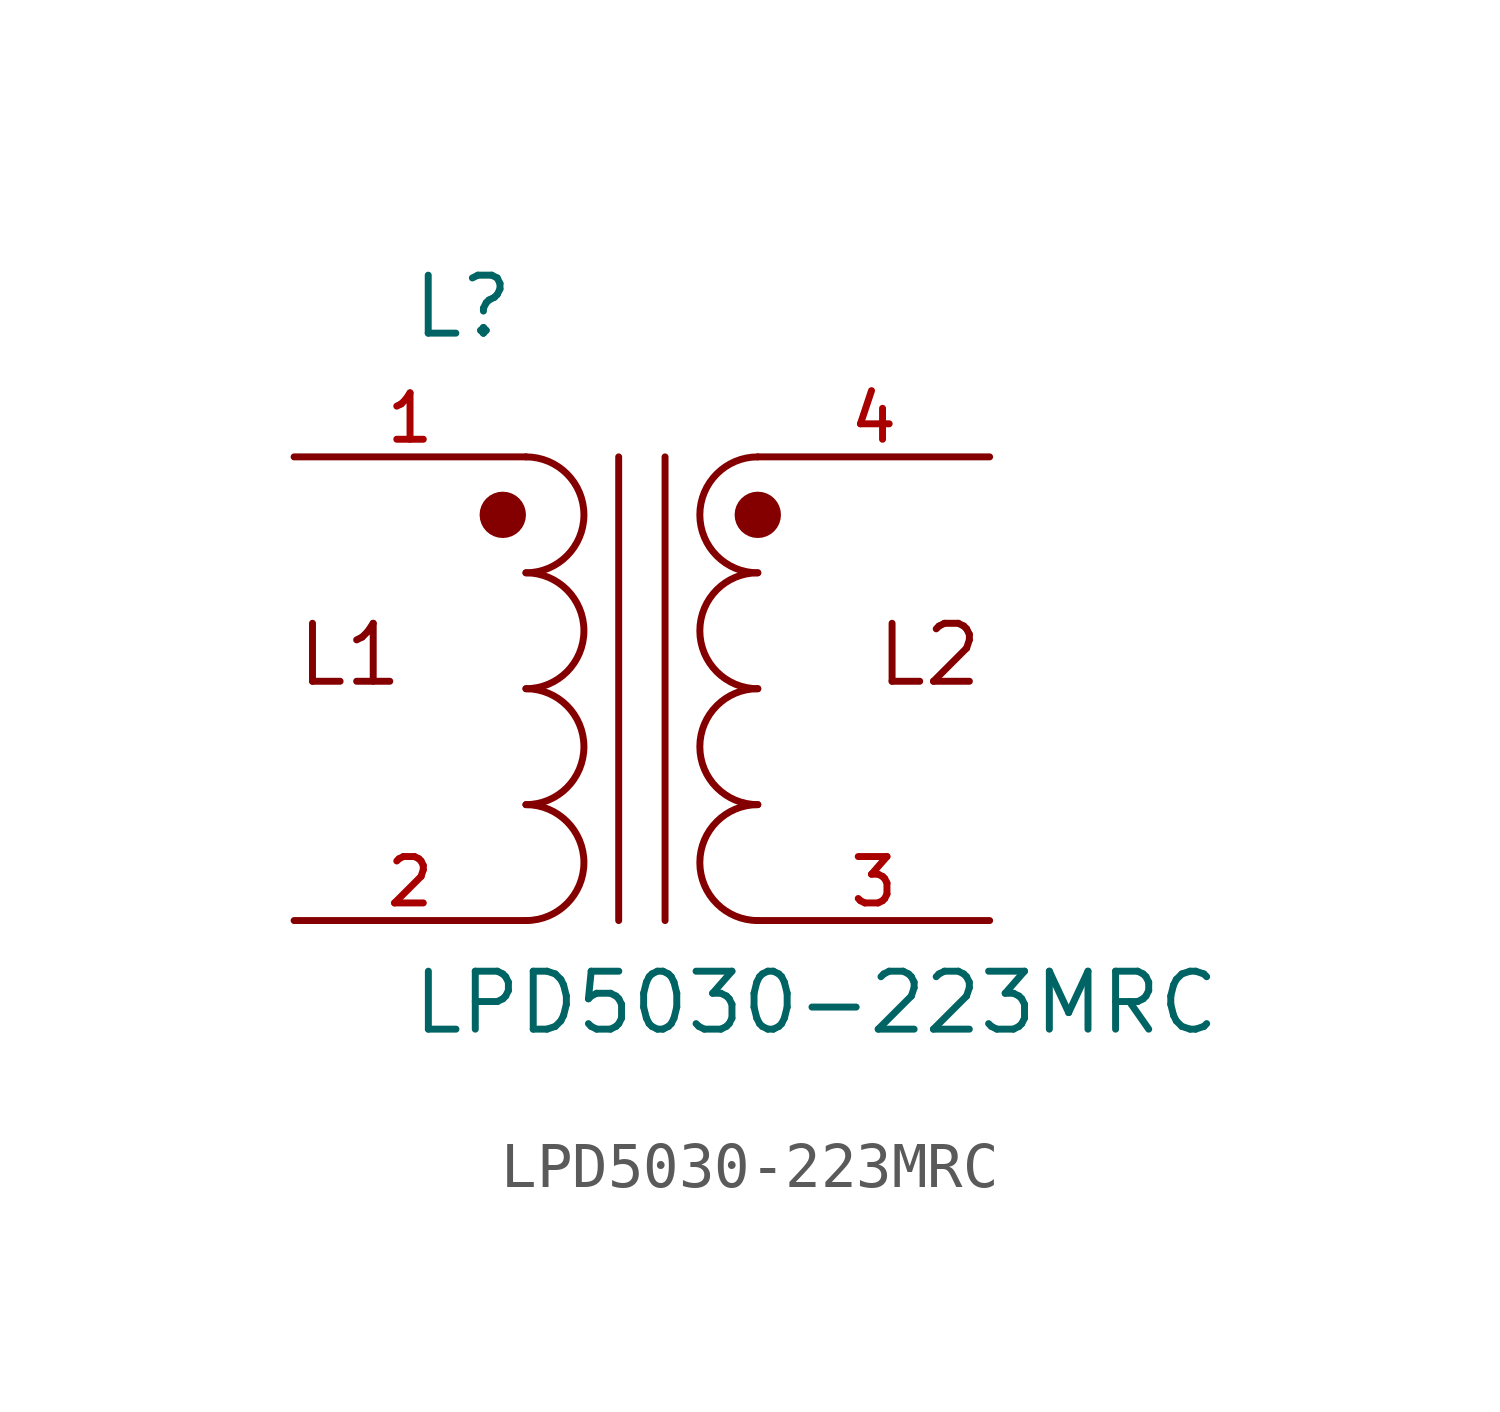
<source format=kicad_sym>
(kicad_symbol_lib
  (version 20211014)
  (generator kicad_symbol_editor)
  (symbol "LPD5030-223MRC"
    (pin_names
      (offset 1.016))
    (property "Reference" "L"
      (at -5.084 7.628 0)
      (effects (font (size 1.27 1.27)) (justify bottom left)))
    (property "Value" "LPD5030-223MRC"
      (at -5.081 -7.623 0)
      (effects (font (size 1.27 1.27)) (justify bottom left)))
    (symbol "LPD5030-223MRC_0_0"
      (arc (start -2.54 -2.54) (mid -1.27 -1.27) (end -2.54 0.0) (stroke (width 0.1524) (type default) (color 0 0 0 0)) (fill (type none)))
      (arc (start -2.54 -5.08) (mid -1.27 -3.81) (end -2.54 -2.54) (stroke (width 0.1524) (type default) (color 0 0 0 0)) (fill (type none)))
      (arc (start 2.54 -2.54) (mid 1.27 -3.81) (end 2.54 -5.08) (stroke (width 0.1524) (type default) (color 0 0 0 0)) (fill (type none)))
      (arc (start 2.54 0.0) (mid 1.27 -1.27) (end 2.54 -2.54) (stroke (width 0.1524) (type default) (color 0 0 0 0)) (fill (type none)))
      (arc (start -2.54 0.0) (mid -1.27 1.27) (end -2.54 2.54) (stroke (width 0.1524) (type default) (color 0 0 0 0)) (fill (type none)))
      (arc (start -2.54 2.54) (mid -1.27 3.81) (end -2.54 5.08) (stroke (width 0.1524) (type default) (color 0 0 0 0)) (fill (type none)))
      (arc (start 2.54 2.54) (mid 1.27 1.27) (end 2.54 0.0) (stroke (width 0.1524) (type default) (color 0 0 0 0)) (fill (type none)))
      (arc (start 2.54 5.08) (mid 1.27 3.81) (end 2.54 2.54) (stroke (width 0.1524) (type default) (color 0 0 0 0)) (fill (type none)))
      (polyline (pts (xy -0.508 5.08) (xy -0.508 -5.08)) (stroke (width 0.152)))
      (polyline (pts (xy 0.508 5.08) (xy 0.508 -5.08)) (stroke (width 0.152)))
      (circle (center -3.048 3.81) (radius 0.254) (stroke (width 0.508)) (fill (type none)))
      (circle (center 2.54 3.81) (radius 0.254) (stroke (width 0.508)) (fill (type none)))
      (text "L1" (at -7.62 0.0 0) (effects (font (size 1.27 1.27)) (justify bottom left)))
      (text "L2" (at 5.08 0.0 0) (effects (font (size 1.27 1.27)) (justify bottom left)))
      (pin passive line (at -7.62 5.08 0) (length 5.08) (name "~" (effects (font (size 1.016 1.016)))) (number "1" (effects (font (size 1.016 1.016)))))
      (pin passive line (at -7.62 -5.08 0) (length 5.08) (name "~" (effects (font (size 1.016 1.016)))) (number "2" (effects (font (size 1.016 1.016)))))
      (pin passive line (at 7.62 -5.08 180.0) (length 5.08) (name "~" (effects (font (size 1.016 1.016)))) (number "3" (effects (font (size 1.016 1.016)))))
      (pin passive line (at 7.62 5.08 180.0) (length 5.08) (name "~" (effects (font (size 1.016 1.016)))) (number "4" (effects (font (size 1.016 1.016))))))))
</source>
